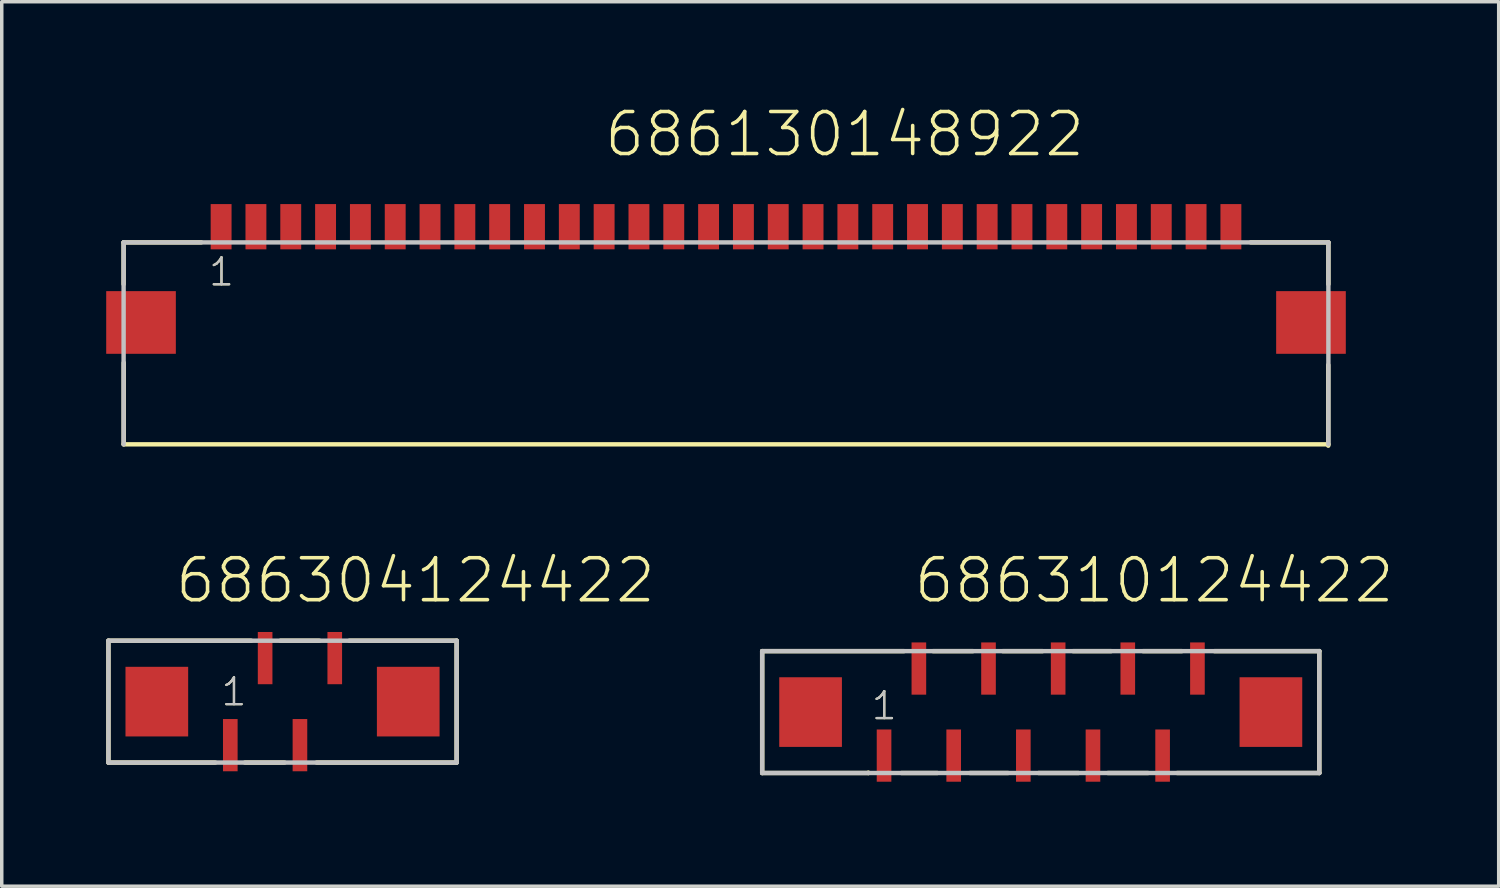
<source format=kicad_pcb>
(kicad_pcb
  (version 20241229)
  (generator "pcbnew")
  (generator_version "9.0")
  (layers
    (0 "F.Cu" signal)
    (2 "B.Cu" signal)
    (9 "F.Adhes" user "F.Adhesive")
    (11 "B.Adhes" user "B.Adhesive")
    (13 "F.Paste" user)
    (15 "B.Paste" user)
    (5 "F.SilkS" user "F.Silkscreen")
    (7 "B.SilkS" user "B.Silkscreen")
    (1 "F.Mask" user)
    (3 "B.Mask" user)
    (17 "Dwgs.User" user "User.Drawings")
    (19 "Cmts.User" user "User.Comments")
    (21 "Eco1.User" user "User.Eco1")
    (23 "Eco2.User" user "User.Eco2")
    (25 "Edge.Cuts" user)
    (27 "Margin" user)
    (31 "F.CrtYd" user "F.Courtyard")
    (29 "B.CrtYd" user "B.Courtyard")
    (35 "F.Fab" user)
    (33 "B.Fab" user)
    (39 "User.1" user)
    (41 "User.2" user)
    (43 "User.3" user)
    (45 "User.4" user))
  (footprint "686304124422"
    (layer "F.Cu")
    (at 5.064 17.1)
    (property "Reference" "686304124422" (at -3.14 -2.775 0) (layer "F.SilkS") (effects (font (size 1.206 1.206) (thickness 0.102)) (justify left bottom)))
    (attr through_hole)
    (fp_line (start -5 -1.75) (end -5 1.75) (stroke (width 0.127) (type solid)) (layer "F.SilkS"))
    (fp_line (start -5 1.75) (end -1.93 1.75) (stroke (width 0.127) (type solid)) (layer "F.SilkS"))
    (fp_line (start -1.08 1.75) (end 0.06 1.75) (stroke (width 0.127) (type solid)) (layer "F.SilkS"))
    (fp_line (start -0.9 -1.75) (end -5 -1.75) (stroke (width 0.127) (type solid)) (layer "F.SilkS"))
    (fp_line (start -0.06 -1.75) (end 1.06 -1.75) (stroke (width 0.127) (type solid)) (layer "F.SilkS"))
    (fp_line (start 1.92 -1.75) (end 5 -1.75) (stroke (width 0.127) (type solid)) (layer "F.SilkS"))
    (fp_line (start 5 -1.75) (end 5 1.75) (stroke (width 0.127) (type solid)) (layer "F.SilkS"))
    (fp_line (start 5 1.75) (end 0.98 1.75) (stroke (width 0.127) (type solid)) (layer "F.SilkS"))
    (fp_line (start -5 -1.75) (end -5 1.75) (stroke (width 0.127) (type solid)) (layer "Dwgs.User"))
    (fp_line (start -5 1.75) (end 5 1.75) (stroke (width 0.127) (type solid)) (layer "Dwgs.User"))
    (fp_line (start 5 -1.75) (end -5 -1.75) (stroke (width 0.127) (type solid)) (layer "Dwgs.User"))
    (fp_line (start 5 1.75) (end 5 -1.75) (stroke (width 0.127) (type solid)) (layer "Dwgs.User"))
    (fp_text user "1" (at -1.805 0.17 0) (layer "F.SilkS") (effects (font (size 0.772 0.772) (thickness 0.065)) (justify left bottom)))
    (fp_text user "1" (at -1.805 0.17 0) (layer "Dwgs.User") (effects (font (size 0.772 0.772) (thickness 0.065)) (justify left bottom)))
    (pad "1" smd rect (at -1.5 1.25 180) (size 0.42 1.5) (layers "F.Cu" "F.Mask" "F.Paste"))
    (pad "2" smd rect (at -0.5 -1.25 180) (size 0.42 1.5) (layers "F.Cu" "F.Mask" "F.Paste"))
    (pad "3" smd rect (at 0.5 1.25 180) (size 0.42 1.5) (layers "F.Cu" "F.Mask" "F.Paste"))
    (pad "4" smd rect (at 1.5 -1.25 180) (size 0.42 1.5) (layers "F.Cu" "F.Mask" "F.Paste"))
    (pad "Z1" smd rect (at -3.61 0 180) (size 1.8 2) (layers "F.Cu" "F.Mask" "F.Paste"))
    (pad "Z2" smd rect (at 3.61 0 180) (size 1.8 2) (layers "F.Cu" "F.Mask" "F.Paste")))
  (footprint "686310124422"
    (layer "F.Cu")
    (at 26.839 17.4)
    (property "Reference" "686310124422" (at -3.7 -3.075 0) (layer "F.SilkS") (effects (font (size 1.206 1.206) (thickness 0.102)) (justify left bottom)))
    (attr through_hole)
    (fp_line (start -8 -1.75) (end -8 1.75) (stroke (width 0.127) (type solid)) (layer "F.SilkS"))
    (fp_line (start -8 1.75) (end -4.95 1.75) (stroke (width 0.127) (type solid)) (layer "F.SilkS"))
    (fp_line (start -4.95 1.75) (end -4.95 1.74) (stroke (width 0.127) (type solid)) (layer "F.SilkS"))
    (fp_line (start -4 1.75) (end -2.97 1.75) (stroke (width 0.127) (type solid)) (layer "F.SilkS"))
    (fp_line (start -3.93 -1.75) (end -8 -1.75) (stroke (width 0.127) (type solid)) (layer "F.SilkS"))
    (fp_line (start -3.09 -1.75) (end -1.95 -1.75) (stroke (width 0.127) (type solid)) (layer "F.SilkS"))
    (fp_line (start -2.03 1.75) (end -0.94 1.75) (stroke (width 0.127) (type solid)) (layer "F.SilkS"))
    (fp_line (start -1.09 -1.75) (end 0.05 -1.75) (stroke (width 0.127) (type solid)) (layer "F.SilkS"))
    (fp_line (start -0.06 1.75) (end 1.08 1.75) (stroke (width 0.127) (type solid)) (layer "F.SilkS"))
    (fp_line (start 0.93 -1.75) (end 2.02 -1.75) (stroke (width 0.127) (type solid)) (layer "F.SilkS"))
    (fp_line (start 1.93 1.75) (end 3.08 1.75) (stroke (width 0.127) (type solid)) (layer "F.SilkS"))
    (fp_line (start 2.94 -1.75) (end 4.05 -1.75) (stroke (width 0.127) (type solid)) (layer "F.SilkS"))
    (fp_line (start 4.99 -1.75) (end 8 -1.75) (stroke (width 0.127) (type solid)) (layer "F.SilkS"))
    (fp_line (start 8 -1.75) (end 8 1.75) (stroke (width 0.127) (type solid)) (layer "F.SilkS"))
    (fp_line (start 8 1.75) (end 3.92 1.75) (stroke (width 0.127) (type solid)) (layer "F.SilkS"))
    (fp_line (start -8 -1.75) (end -8 1.75) (stroke (width 0.127) (type solid)) (layer "Dwgs.User"))
    (fp_line (start -8 1.75) (end 8 1.75) (stroke (width 0.127) (type solid)) (layer "Dwgs.User"))
    (fp_line (start 8 -1.75) (end -8 -1.75) (stroke (width 0.127) (type solid)) (layer "Dwgs.User"))
    (fp_line (start 8 1.75) (end 8 -1.75) (stroke (width 0.127) (type solid)) (layer "Dwgs.User"))
    (fp_text user "1" (at -4.905 0.27 0) (layer "F.SilkS") (effects (font (size 0.772 0.772) (thickness 0.065)) (justify left bottom)))
    (fp_text user "1" (at -4.905 0.27 0) (layer "Dwgs.User") (effects (font (size 0.772 0.772) (thickness 0.065)) (justify left bottom)))
    (pad "1" smd rect (at -4.5 1.25 180) (size 0.42 1.5) (layers "F.Cu" "F.Mask" "F.Paste"))
    (pad "2" smd rect (at -3.5 -1.25 180) (size 0.42 1.5) (layers "F.Cu" "F.Mask" "F.Paste"))
    (pad "3" smd rect (at -2.5 1.25 180) (size 0.42 1.5) (layers "F.Cu" "F.Mask" "F.Paste"))
    (pad "4" smd rect (at -1.5 -1.25 180) (size 0.42 1.5) (layers "F.Cu" "F.Mask" "F.Paste"))
    (pad "5" smd rect (at -0.5 1.25 180) (size 0.42 1.5) (layers "F.Cu" "F.Mask" "F.Paste"))
    (pad "6" smd rect (at 0.5 -1.25 180) (size 0.42 1.5) (layers "F.Cu" "F.Mask" "F.Paste"))
    (pad "7" smd rect (at 1.5 1.25 180) (size 0.42 1.5) (layers "F.Cu" "F.Mask" "F.Paste"))
    (pad "8" smd rect (at 2.5 -1.25 180) (size 0.42 1.5) (layers "F.Cu" "F.Mask" "F.Paste"))
    (pad "9" smd rect (at 3.5 1.25 180) (size 0.42 1.5) (layers "F.Cu" "F.Mask" "F.Paste"))
    (pad "10" smd rect (at 4.5 -1.25 180) (size 0.42 1.5) (layers "F.Cu" "F.Mask" "F.Paste"))
    (pad "Z1" smd rect (at -6.61 0 180) (size 1.8 2) (layers "F.Cu" "F.Mask" "F.Paste"))
    (pad "Z2" smd rect (at 6.61 0 180) (size 1.8 2) (layers "F.Cu" "F.Mask" "F.Paste")))
  (footprint "686130148922"
    (layer "F.Cu")
    (at 17.8 6.211)
    (property "Reference" "686130148922" (at -3.55 -4.7 0) (layer "F.SilkS") (effects (font (size 1.206 1.206) (thickness 0.102)) (justify left bottom)))
    (attr through_hole)
    (fp_line (start -17.3 -2.3) (end -17.3 -1.1) (stroke (width 0.127) (type solid)) (layer "F.SilkS"))
    (fp_line (start -17.296 1.157) (end -17.296 3.497) (stroke (width 0.127) (type solid)) (layer "F.SilkS"))
    (fp_line (start -15.07 -2.3) (end -17.3 -2.3) (stroke (width 0.127) (type solid)) (layer "F.SilkS"))
    (fp_line (start 15.07 -2.3) (end 17.3 -2.3) (stroke (width 0.127) (type solid)) (layer "F.SilkS"))
    (fp_line (start 17.296 1.22) (end 17.296 3.539) (stroke (width 0.127) (type solid)) (layer "F.SilkS"))
    (fp_line (start 17.3 -2.3) (end 17.3 -1.1) (stroke (width 0.127) (type solid)) (layer "F.SilkS"))
    (fp_line (start 17.3 3.5) (end -17.3 3.5) (stroke (width 0.127) (type solid)) (layer "F.SilkS"))
    (fp_line (start -17.3 -2.3) (end 17.3 -2.3) (stroke (width 0.127) (type solid)) (layer "Dwgs.User"))
    (fp_line (start -17.3 3.5) (end -17.3 -2.3) (stroke (width 0.127) (type solid)) (layer "Dwgs.User"))
    (fp_line (start 17.3 -2.3) (end 17.3 3.5) (stroke (width 0.127) (type solid)) (layer "Dwgs.User"))
    (fp_text user "1" (at -14.9 -1 0) (layer "F.SilkS") (effects (font (size 0.772 0.772) (thickness 0.065)) (justify left bottom)))
    (fp_text user "1" (at -14.9 -1 0) (layer "Dwgs.User") (effects (font (size 0.772 0.772) (thickness 0.065)) (justify left bottom)))
    (pad "1" smd rect (at -14.5 -2.75) (size 0.6 1.3) (layers "F.Cu" "F.Mask" "F.Paste"))
    (pad "2" smd rect (at -13.5 -2.75) (size 0.6 1.3) (layers "F.Cu" "F.Mask" "F.Paste"))
    (pad "3" smd rect (at -12.5 -2.75) (size 0.6 1.3) (layers "F.Cu" "F.Mask" "F.Paste"))
    (pad "4" smd rect (at -11.5 -2.75) (size 0.6 1.3) (layers "F.Cu" "F.Mask" "F.Paste"))
    (pad "5" smd rect (at -10.5 -2.75) (size 0.6 1.3) (layers "F.Cu" "F.Mask" "F.Paste"))
    (pad "6" smd rect (at -9.5 -2.75) (size 0.6 1.3) (layers "F.Cu" "F.Mask" "F.Paste"))
    (pad "7" smd rect (at -8.5 -2.75) (size 0.6 1.3) (layers "F.Cu" "F.Mask" "F.Paste"))
    (pad "8" smd rect (at -7.5 -2.75) (size 0.6 1.3) (layers "F.Cu" "F.Mask" "F.Paste"))
    (pad "9" smd rect (at -6.5 -2.75) (size 0.6 1.3) (layers "F.Cu" "F.Mask" "F.Paste"))
    (pad "10" smd rect (at -5.5 -2.75) (size 0.6 1.3) (layers "F.Cu" "F.Mask" "F.Paste"))
    (pad "11" smd rect (at -4.5 -2.75) (size 0.6 1.3) (layers "F.Cu" "F.Mask" "F.Paste"))
    (pad "12" smd rect (at -3.5 -2.75) (size 0.6 1.3) (layers "F.Cu" "F.Mask" "F.Paste"))
    (pad "13" smd rect (at -2.5 -2.75) (size 0.6 1.3) (layers "F.Cu" "F.Mask" "F.Paste"))
    (pad "14" smd rect (at -1.5 -2.75) (size 0.6 1.3) (layers "F.Cu" "F.Mask" "F.Paste"))
    (pad "15" smd rect (at -0.5 -2.75) (size 0.6 1.3) (layers "F.Cu" "F.Mask" "F.Paste"))
    (pad "16" smd rect (at 0.5 -2.75) (size 0.6 1.3) (layers "F.Cu" "F.Mask" "F.Paste"))
    (pad "17" smd rect (at 1.5 -2.75) (size 0.6 1.3) (layers "F.Cu" "F.Mask" "F.Paste"))
    (pad "18" smd rect (at 2.5 -2.75) (size 0.6 1.3) (layers "F.Cu" "F.Mask" "F.Paste"))
    (pad "19" smd rect (at 3.5 -2.75) (size 0.6 1.3) (layers "F.Cu" "F.Mask" "F.Paste"))
    (pad "20" smd rect (at 4.5 -2.75) (size 0.6 1.3) (layers "F.Cu" "F.Mask" "F.Paste"))
    (pad "21" smd rect (at 5.5 -2.75) (size 0.6 1.3) (layers "F.Cu" "F.Mask" "F.Paste"))
    (pad "22" smd rect (at 6.5 -2.75) (size 0.6 1.3) (layers "F.Cu" "F.Mask" "F.Paste"))
    (pad "23" smd rect (at 7.5 -2.75) (size 0.6 1.3) (layers "F.Cu" "F.Mask" "F.Paste"))
    (pad "24" smd rect (at 8.5 -2.75) (size 0.6 1.3) (layers "F.Cu" "F.Mask" "F.Paste"))
    (pad "25" smd rect (at 9.5 -2.75) (size 0.6 1.3) (layers "F.Cu" "F.Mask" "F.Paste"))
    (pad "26" smd rect (at 10.5 -2.75) (size 0.6 1.3) (layers "F.Cu" "F.Mask" "F.Paste"))
    (pad "27" smd rect (at 11.5 -2.75) (size 0.6 1.3) (layers "F.Cu" "F.Mask" "F.Paste"))
    (pad "28" smd rect (at 12.5 -2.75) (size 0.6 1.3) (layers "F.Cu" "F.Mask" "F.Paste"))
    (pad "29" smd rect (at 13.5 -2.75) (size 0.6 1.3) (layers "F.Cu" "F.Mask" "F.Paste"))
    (pad "30" smd rect (at 14.5 -2.75) (size 0.6 1.3) (layers "F.Cu" "F.Mask" "F.Paste"))
    (pad "Z1" smd rect (at -16.8 0) (size 2 1.8) (layers "F.Cu" "F.Mask" "F.Paste"))
    (pad "Z2" smd rect (at 16.8 0) (size 2 1.8) (layers "F.Cu" "F.Mask" "F.Paste")))
  (gr_rect
    (start -3 -3)
    (end 39.991 22.4)
    (stroke (width 0.1) (type default))
    (fill no)
    (layer "Edge.Cuts")))
</source>
